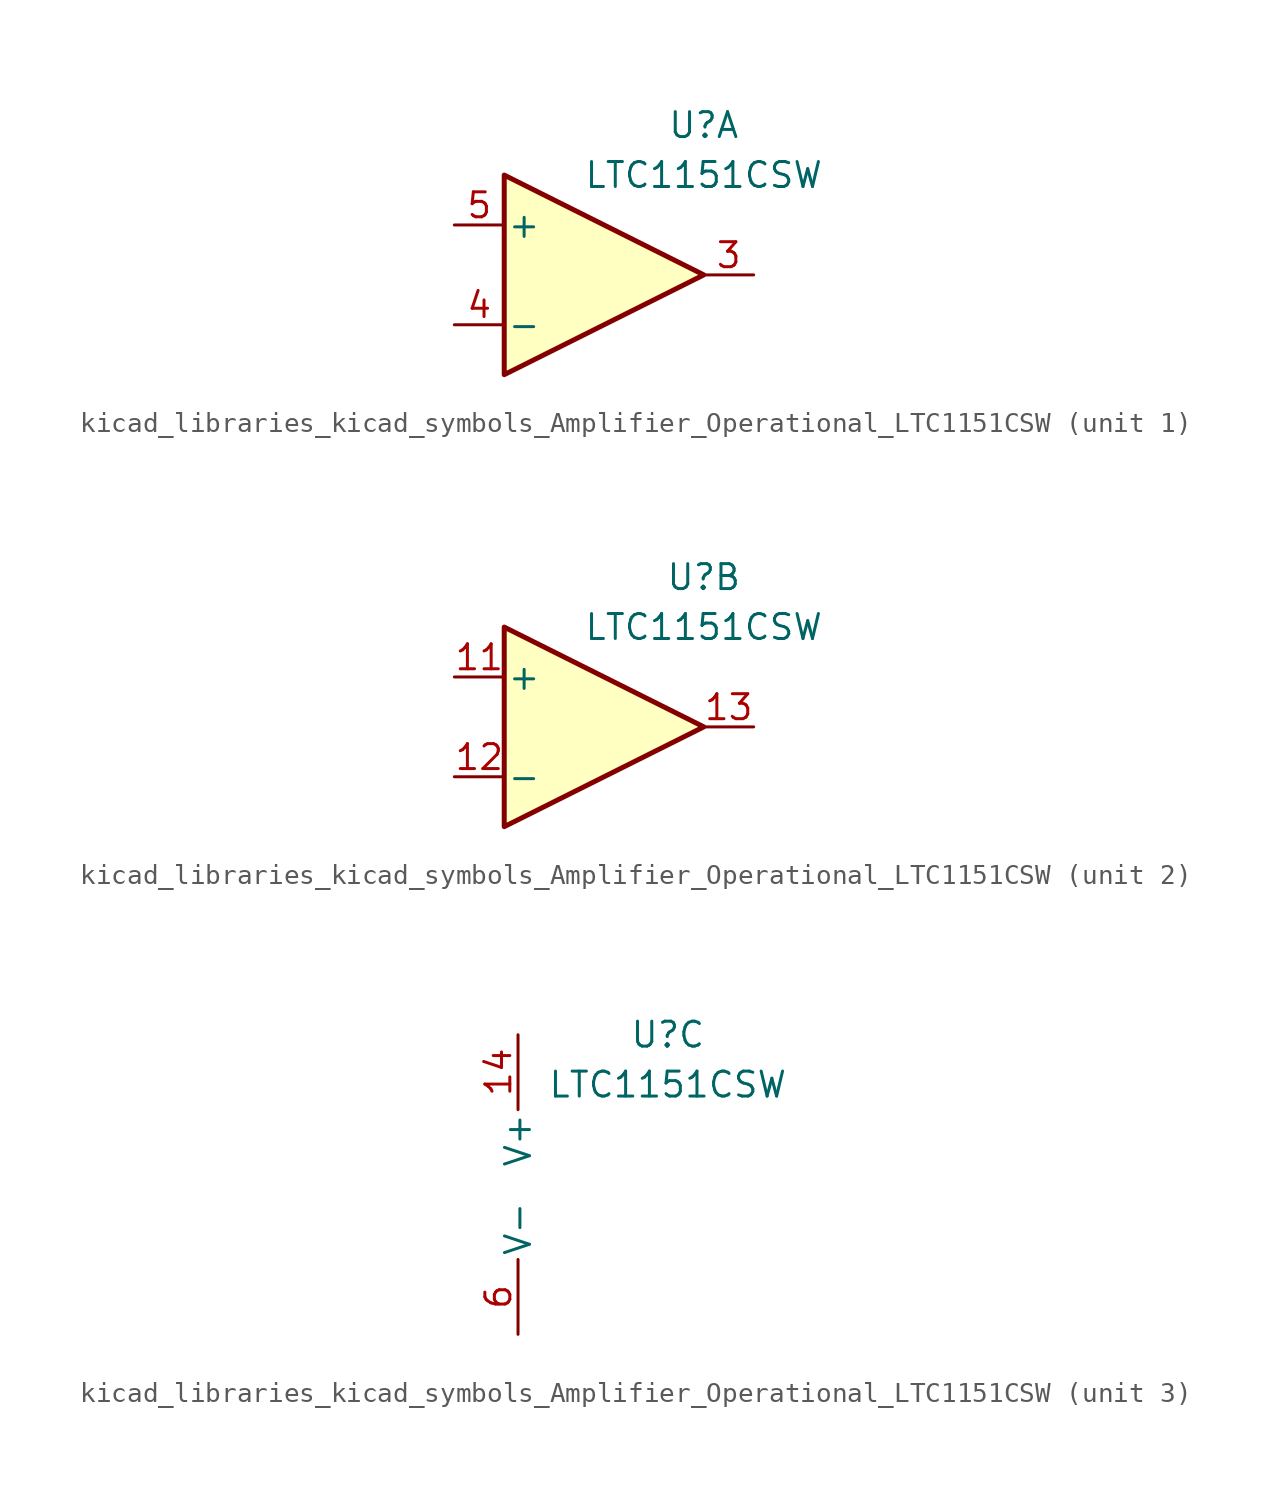
<source format=kicad_sym>
(kicad_symbol_lib
  (version 20220914)
  (generator kicad_symbol_editor)
  (symbol "kicad_libraries_kicad_symbols_Amplifier_Operational_LTC1151CSW"
    (pin_names
      (offset 0.127))
    (property "Reference" "U"
      (at 5.08 7.62 0)
      (effects (font (size 1.27 1.27))))
    (property "Value" "LTC1151CSW"
      (at 5.08 5.08 0)
      (effects (font (size 1.27 1.27))))
    (property "ki_locked" ""
      (at 0 0 0)
      (effects (font (size 1.27 1.27))))
    (symbol "kicad_libraries_kicad_symbols_Amplifier_Operational_LTC1151CSW_1_1"
      (polyline (pts (xy -5.08 5.08) (xy -5.08 -5.08) (xy 5.08 0) (xy -5.08 5.08)) (stroke (width 0.254) (type default)) (fill (type background)))
      (pin no_connect line (at -2.54 -2.54 90) (length 2.54) hide (name "NC" (effects (font (size 1.27 1.27)))) (number "1" (effects (font (size 1.27 1.27)))))
      (pin no_connect line (at 0 -2.54 90) (length 2.54) hide (name "NC" (effects (font (size 1.27 1.27)))) (number "2" (effects (font (size 1.27 1.27)))))
      (pin output line (at 7.62 0 180) (length 2.54) (name "~" (effects (font (size 1.27 1.27)))) (number "3" (effects (font (size 1.27 1.27)))))
      (pin input line (at -7.62 -2.54 0) (length 2.54) (name "-" (effects (font (size 1.27 1.27)))) (number "4" (effects (font (size 1.27 1.27)))))
      (pin input line (at -7.62 2.54 0) (length 2.54) (name "+" (effects (font (size 1.27 1.27)))) (number "5" (effects (font (size 1.27 1.27)))))
      (pin no_connect line (at -2.54 2.54 270) (length 2.54) hide (name "NC" (effects (font (size 1.27 1.27)))) (number "7" (effects (font (size 1.27 1.27)))))
      (pin no_connect line (at 0 2.54 270) (length 2.54) hide (name "NC" (effects (font (size 1.27 1.27)))) (number "8" (effects (font (size 1.27 1.27))))))
    (symbol "kicad_libraries_kicad_symbols_Amplifier_Operational_LTC1151CSW_2_1"
      (polyline (pts (xy -5.08 5.08) (xy -5.08 -5.08) (xy 5.08 0) (xy -5.08 5.08)) (stroke (width 0.254) (type default)) (fill (type background)))
      (pin no_connect line (at 0 -2.54 90) (length 2.54) hide (name "NC" (effects (font (size 1.27 1.27)))) (number "10" (effects (font (size 1.27 1.27)))))
      (pin input line (at -7.62 2.54 0) (length 2.54) (name "+" (effects (font (size 1.27 1.27)))) (number "11" (effects (font (size 1.27 1.27)))))
      (pin input line (at -7.62 -2.54 0) (length 2.54) (name "-" (effects (font (size 1.27 1.27)))) (number "12" (effects (font (size 1.27 1.27)))))
      (pin output line (at 7.62 0 180) (length 2.54) (name "~" (effects (font (size 1.27 1.27)))) (number "13" (effects (font (size 1.27 1.27)))))
      (pin no_connect line (at -2.54 2.54 270) (length 2.54) hide (name "NC" (effects (font (size 1.27 1.27)))) (number "15" (effects (font (size 1.27 1.27)))))
      (pin no_connect line (at 0 2.54 270) (length 2.54) hide (name "NC" (effects (font (size 1.27 1.27)))) (number "16" (effects (font (size 1.27 1.27)))))
      (pin no_connect line (at -2.54 -2.54 90) (length 2.54) hide (name "NC" (effects (font (size 1.27 1.27)))) (number "9" (effects (font (size 1.27 1.27))))))
    (symbol "kicad_libraries_kicad_symbols_Amplifier_Operational_LTC1151CSW_3_1"
      (pin power_in line (at -2.54 7.62 270) (length 3.81) (name "V+" (effects (font (size 1.27 1.27)))) (number "14" (effects (font (size 1.27 1.27)))))
      (pin power_in line (at -2.54 -7.62 90) (length 3.81) (name "V-" (effects (font (size 1.27 1.27)))) (number "6" (effects (font (size 1.27 1.27))))))))
</source>
